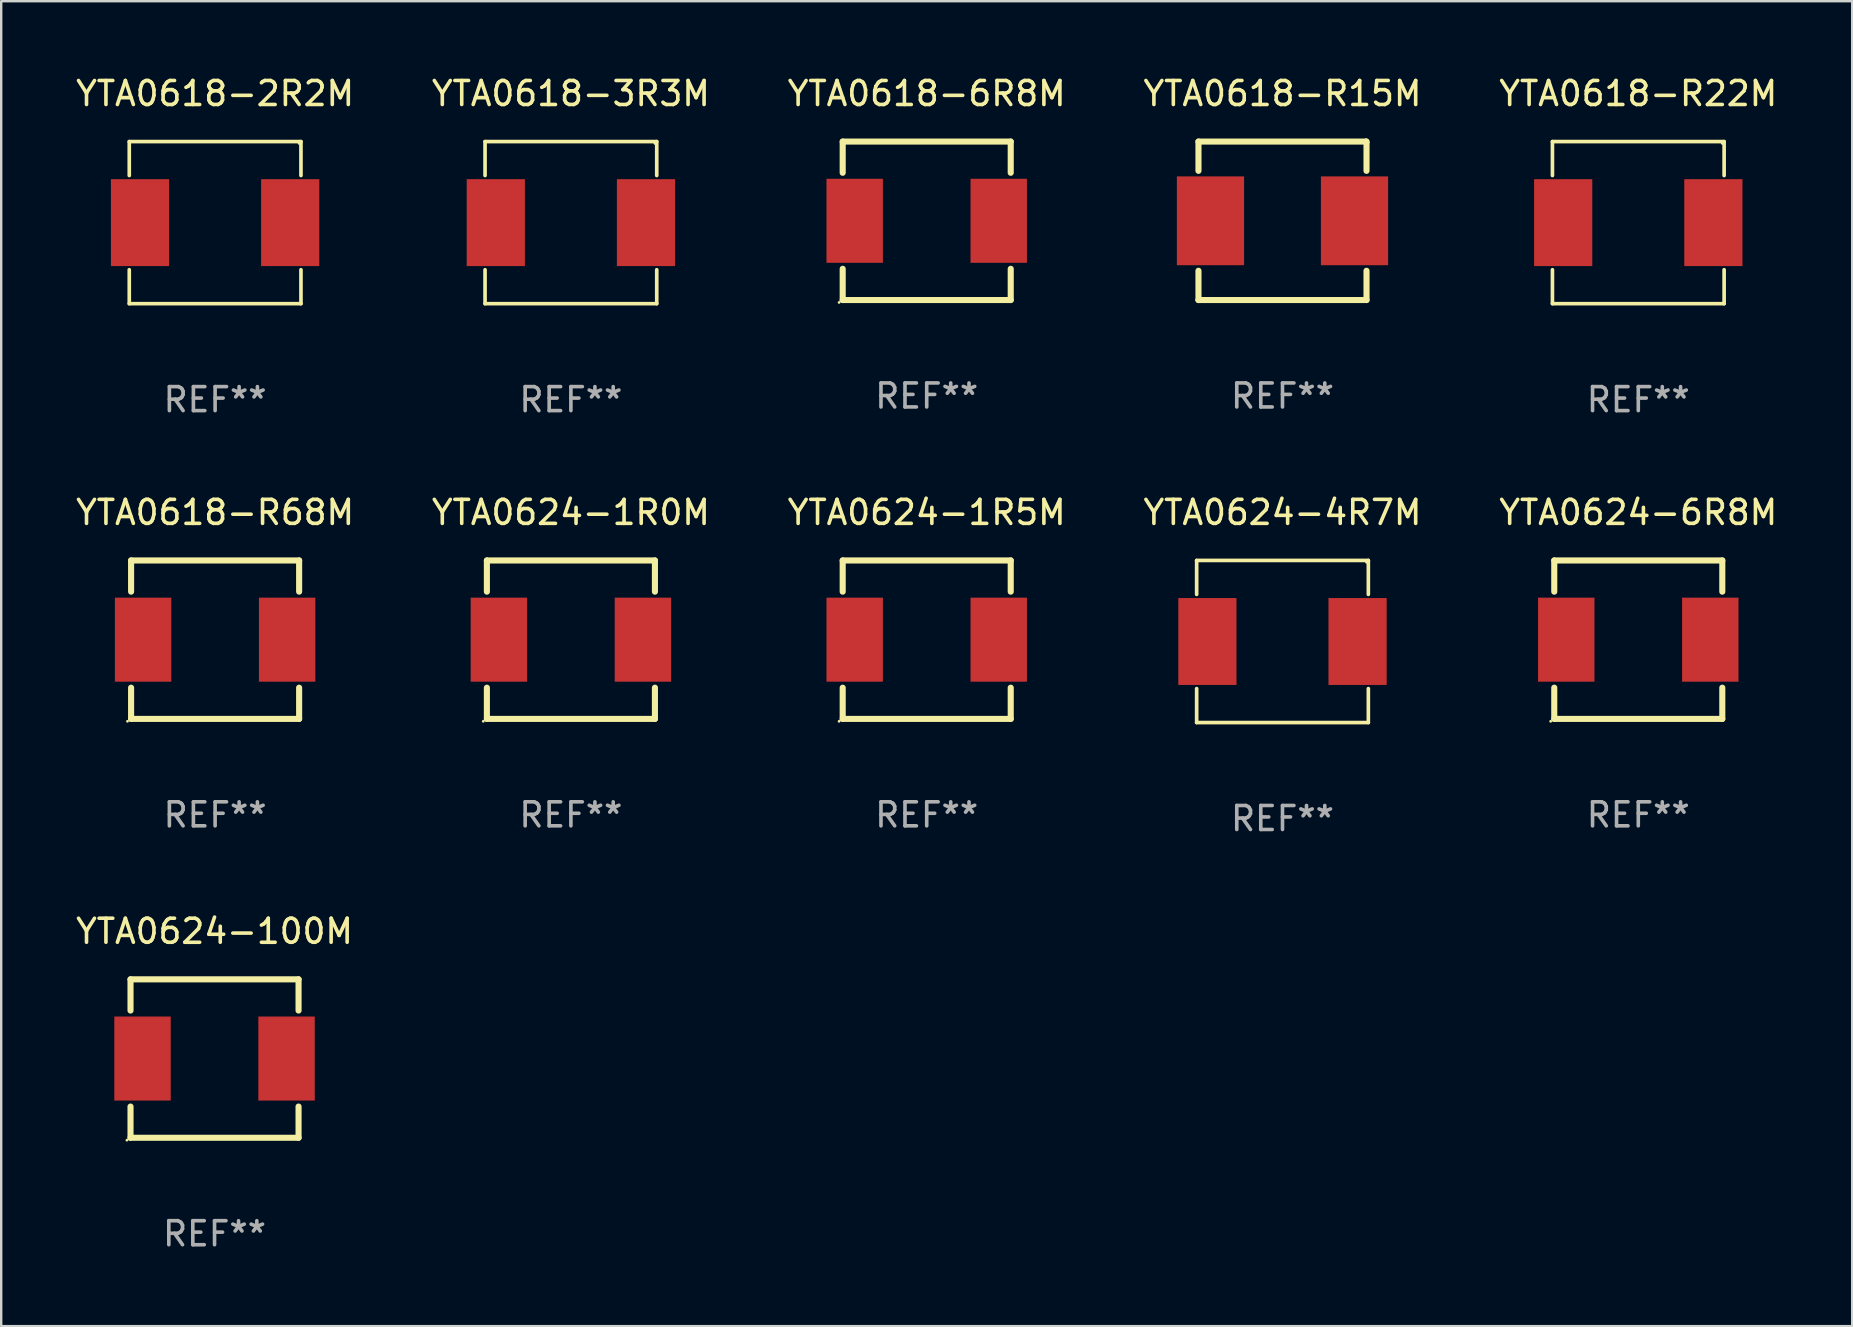
<source format=kicad_pcb>
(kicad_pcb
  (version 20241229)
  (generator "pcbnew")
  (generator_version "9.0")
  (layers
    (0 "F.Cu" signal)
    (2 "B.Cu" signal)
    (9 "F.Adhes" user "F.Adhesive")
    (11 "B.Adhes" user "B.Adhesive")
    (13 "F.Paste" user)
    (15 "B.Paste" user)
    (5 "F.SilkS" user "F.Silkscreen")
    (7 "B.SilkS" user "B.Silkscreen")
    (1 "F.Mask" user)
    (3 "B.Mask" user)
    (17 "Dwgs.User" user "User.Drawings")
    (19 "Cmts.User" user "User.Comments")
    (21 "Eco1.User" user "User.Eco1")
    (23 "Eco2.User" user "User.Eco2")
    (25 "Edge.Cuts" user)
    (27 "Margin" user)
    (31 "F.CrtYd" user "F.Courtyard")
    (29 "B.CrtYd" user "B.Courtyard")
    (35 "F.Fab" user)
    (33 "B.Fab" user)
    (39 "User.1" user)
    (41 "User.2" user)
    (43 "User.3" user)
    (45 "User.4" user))
  (footprint "YTA0624-6R8M"
    (layer "F.Cu")
    (at 65.196 23.597)
    (property "Reference" "YTA0624-6R8M" (at 0 -5.3 0) (layer "F.SilkS") (effects (font (size 1 1) (thickness 0.15))))
    (attr through_hole)
    (fp_line (start -3.5 3.3) (end 3.5 3.3) (stroke (width 0.254) (type solid)) (layer "F.SilkS"))
    (fp_line (start -3.5 -3.3) (end -3.5 -2) (stroke (width 0.254) (type solid)) (layer "F.SilkS"))
    (fp_line (start -3.5 -3.3) (end 3.5 -3.3) (stroke (width 0.254) (type solid)) (layer "F.SilkS"))
    (fp_line (start -3.5 2) (end -3.5 3.3) (stroke (width 0.254) (type solid)) (layer "F.SilkS"))
    (fp_line (start 3.5 -3.3) (end 3.5 -2) (stroke (width 0.254) (type solid)) (layer "F.SilkS"))
    (fp_line (start 3.5 2) (end 3.5 3.3) (stroke (width 0.254) (type solid)) (layer "F.SilkS"))
    (fp_circle (center -3.65 3.4) (end -3.62 3.4) (stroke (width 0.06) (type solid)) (fill no) (layer "F.SilkS"))
    (fp_text user "REF**" (at 0 7.3 0) (layer "F.Fab") (effects (font (size 1 1) (thickness 0.15))))
    (pad "1" smd rect (at -3 0) (size 2.35 3.5) (layers "F.Cu" "F.Mask" "F.Paste"))
    (pad "2" smd rect (at 3 0) (size 2.35 3.5) (layers "F.Cu" "F.Mask" "F.Paste")))
  (footprint "YTA0618-3R3M"
    (layer "F.Cu")
    (at 20.732 6.224)
    (property "Reference" "YTA0618-3R3M" (at 0 -5.376 0) (layer "F.SilkS") (effects (font (size 1 1) (thickness 0.15))))
    (attr through_hole)
    (fp_line (start -3.576 -3.376) (end 3.576 -3.376) (stroke (width 0.152) (type solid)) (layer "F.SilkS"))
    (fp_line (start -3.576 -1.962) (end -3.576 -3.376) (stroke (width 0.152) (type solid)) (layer "F.SilkS"))
    (fp_line (start -3.576 1.962) (end -3.576 3.376) (stroke (width 0.152) (type solid)) (layer "F.SilkS"))
    (fp_line (start -3.576 3.376) (end 3.576 3.376) (stroke (width 0.152) (type solid)) (layer "F.SilkS"))
    (fp_line (start 3.576 -3.376) (end 3.576 -1.962) (stroke (width 0.152) (type solid)) (layer "F.SilkS"))
    (fp_line (start 3.576 3.376) (end 3.576 1.962) (stroke (width 0.152) (type solid)) (layer "F.SilkS"))
    (fp_circle (center 3.5 -3.3) (end 3.53 -3.3) (stroke (width 0.06) (type solid)) (fill no) (layer "F.SilkS"))
    (fp_text user "REF**" (at 0 7.376 0) (layer "F.Fab") (effects (font (size 1 1) (thickness 0.15))))
    (pad "1" smd rect (at 3.128 0) (size 2.424 3.62) (layers "F.Cu" "F.Mask" "F.Paste"))
    (pad "2" smd rect (at -3.128 0) (size 2.424 3.62) (layers "F.Cu" "F.Mask" "F.Paste")))
  (footprint "YTA0624-4R7M"
    (layer "F.Cu")
    (at 50.375 23.673)
    (property "Reference" "YTA0624-4R7M" (at 0 -5.376 0) (layer "F.SilkS") (effects (font (size 1 1) (thickness 0.15))))
    (attr through_hole)
    (fp_line (start -3.576 -3.376) (end 3.576 -3.376) (stroke (width 0.152) (type solid)) (layer "F.SilkS"))
    (fp_line (start -3.576 -1.962) (end -3.576 -3.376) (stroke (width 0.152) (type solid)) (layer "F.SilkS"))
    (fp_line (start -3.576 1.962) (end -3.576 3.376) (stroke (width 0.152) (type solid)) (layer "F.SilkS"))
    (fp_line (start -3.576 3.376) (end 3.576 3.376) (stroke (width 0.152) (type solid)) (layer "F.SilkS"))
    (fp_line (start 3.576 -3.376) (end 3.576 -1.962) (stroke (width 0.152) (type solid)) (layer "F.SilkS"))
    (fp_line (start 3.576 3.376) (end 3.576 1.962) (stroke (width 0.152) (type solid)) (layer "F.SilkS"))
    (fp_circle (center 3.5 -3.3) (end 3.53 -3.3) (stroke (width 0.06) (type solid)) (fill no) (layer "F.SilkS"))
    (fp_text user "REF**" (at 0 7.376 0) (layer "F.Fab") (effects (font (size 1 1) (thickness 0.15))))
    (pad "1" smd rect (at 3.128 0) (size 2.424 3.62) (layers "F.Cu" "F.Mask" "F.Paste"))
    (pad "2" smd rect (at -3.128 0) (size 2.424 3.62) (layers "F.Cu" "F.Mask" "F.Paste")))
  (footprint "YTA0618-2R2M"
    (layer "F.Cu")
    (at 5.911 6.224)
    (property "Reference" "YTA0618-2R2M" (at 0 -5.376 0) (layer "F.SilkS") (effects (font (size 1 1) (thickness 0.15))))
    (attr through_hole)
    (fp_line (start -3.576 -3.376) (end 3.576 -3.376) (stroke (width 0.152) (type solid)) (layer "F.SilkS"))
    (fp_line (start -3.576 -1.962) (end -3.576 -3.376) (stroke (width 0.152) (type solid)) (layer "F.SilkS"))
    (fp_line (start -3.576 1.962) (end -3.576 3.376) (stroke (width 0.152) (type solid)) (layer "F.SilkS"))
    (fp_line (start -3.576 3.376) (end 3.576 3.376) (stroke (width 0.152) (type solid)) (layer "F.SilkS"))
    (fp_line (start 3.576 -3.376) (end 3.576 -1.962) (stroke (width 0.152) (type solid)) (layer "F.SilkS"))
    (fp_line (start 3.576 3.376) (end 3.576 1.962) (stroke (width 0.152) (type solid)) (layer "F.SilkS"))
    (fp_circle (center 3.5 -3.3) (end 3.53 -3.3) (stroke (width 0.06) (type solid)) (fill no) (layer "F.SilkS"))
    (fp_text user "REF**" (at 0 7.376 0) (layer "F.Fab") (effects (font (size 1 1) (thickness 0.15))))
    (pad "1" smd rect (at 3.128 0) (size 2.424 3.62) (layers "F.Cu" "F.Mask" "F.Paste"))
    (pad "2" smd rect (at -3.128 0) (size 2.424 3.62) (layers "F.Cu" "F.Mask" "F.Paste")))
  (footprint "YTA0618-6R8M"
    (layer "F.Cu")
    (at 35.554 6.148)
    (property "Reference" "YTA0618-6R8M" (at 0 -5.3 0) (layer "F.SilkS") (effects (font (size 1 1) (thickness 0.15))))
    (attr through_hole)
    (fp_line (start -3.5 3.3) (end 3.5 3.3) (stroke (width 0.254) (type solid)) (layer "F.SilkS"))
    (fp_line (start -3.5 -3.3) (end -3.5 -2) (stroke (width 0.254) (type solid)) (layer "F.SilkS"))
    (fp_line (start -3.5 -3.3) (end 3.5 -3.3) (stroke (width 0.254) (type solid)) (layer "F.SilkS"))
    (fp_line (start -3.5 2) (end -3.5 3.3) (stroke (width 0.254) (type solid)) (layer "F.SilkS"))
    (fp_line (start 3.5 -3.3) (end 3.5 -2) (stroke (width 0.254) (type solid)) (layer "F.SilkS"))
    (fp_line (start 3.5 2) (end 3.5 3.3) (stroke (width 0.254) (type solid)) (layer "F.SilkS"))
    (fp_circle (center -3.65 3.4) (end -3.62 3.4) (stroke (width 0.06) (type solid)) (fill no) (layer "F.SilkS"))
    (fp_text user "REF**" (at 0 7.3 0) (layer "F.Fab") (effects (font (size 1 1) (thickness 0.15))))
    (pad "1" smd rect (at -3 0) (size 2.35 3.5) (layers "F.Cu" "F.Mask" "F.Paste"))
    (pad "2" smd rect (at 3 0) (size 2.35 3.5) (layers "F.Cu" "F.Mask" "F.Paste")))
  (footprint "YTA0618-R22M"
    (layer "F.Cu")
    (at 65.196 6.224)
    (property "Reference" "YTA0618-R22M" (at 0 -5.376 0) (layer "F.SilkS") (effects (font (size 1 1) (thickness 0.15))))
    (attr through_hole)
    (fp_line (start -3.576 -3.376) (end 3.576 -3.376) (stroke (width 0.152) (type solid)) (layer "F.SilkS"))
    (fp_line (start -3.576 -1.962) (end -3.576 -3.376) (stroke (width 0.152) (type solid)) (layer "F.SilkS"))
    (fp_line (start -3.576 1.962) (end -3.576 3.376) (stroke (width 0.152) (type solid)) (layer "F.SilkS"))
    (fp_line (start -3.576 3.376) (end 3.576 3.376) (stroke (width 0.152) (type solid)) (layer "F.SilkS"))
    (fp_line (start 3.576 -3.376) (end 3.576 -1.962) (stroke (width 0.152) (type solid)) (layer "F.SilkS"))
    (fp_line (start 3.576 3.376) (end 3.576 1.962) (stroke (width 0.152) (type solid)) (layer "F.SilkS"))
    (fp_circle (center 3.5 -3.3) (end 3.53 -3.3) (stroke (width 0.06) (type solid)) (fill no) (layer "F.SilkS"))
    (fp_text user "REF**" (at 0 7.376 0) (layer "F.Fab") (effects (font (size 1 1) (thickness 0.15))))
    (pad "1" smd rect (at 3.128 0) (size 2.424 3.62) (layers "F.Cu" "F.Mask" "F.Paste"))
    (pad "2" smd rect (at -3.128 0) (size 2.424 3.62) (layers "F.Cu" "F.Mask" "F.Paste")))
  (footprint "YTA0624-100M"
    (layer "F.Cu")
    (at 5.887 41.046)
    (property "Reference" "YTA0624-100M" (at 0 -5.3 0) (layer "F.SilkS") (effects (font (size 1 1) (thickness 0.15))))
    (attr through_hole)
    (fp_line (start -3.5 3.3) (end 3.5 3.3) (stroke (width 0.254) (type solid)) (layer "F.SilkS"))
    (fp_line (start -3.5 -3.3) (end -3.5 -2) (stroke (width 0.254) (type solid)) (layer "F.SilkS"))
    (fp_line (start -3.5 -3.3) (end 3.5 -3.3) (stroke (width 0.254) (type solid)) (layer "F.SilkS"))
    (fp_line (start -3.5 2) (end -3.5 3.3) (stroke (width 0.254) (type solid)) (layer "F.SilkS"))
    (fp_line (start 3.5 -3.3) (end 3.5 -2) (stroke (width 0.254) (type solid)) (layer "F.SilkS"))
    (fp_line (start 3.5 2) (end 3.5 3.3) (stroke (width 0.254) (type solid)) (layer "F.SilkS"))
    (fp_circle (center -3.65 3.4) (end -3.62 3.4) (stroke (width 0.06) (type solid)) (fill no) (layer "F.SilkS"))
    (fp_text user "REF**" (at 0 7.3 0) (layer "F.Fab") (effects (font (size 1 1) (thickness 0.15))))
    (pad "1" smd rect (at -3 0) (size 2.35 3.5) (layers "F.Cu" "F.Mask" "F.Paste"))
    (pad "2" smd rect (at 3 0) (size 2.35 3.5) (layers "F.Cu" "F.Mask" "F.Paste")))
  (footprint "YTA0618-R15M"
    (layer "F.Cu")
    (at 50.375 6.148)
    (property "Reference" "YTA0618-R15M" (at 0 -5.3 0) (layer "F.SilkS") (effects (font (size 1 1) (thickness 0.15))))
    (attr through_hole)
    (fp_line (start -3.5 -3.3) (end 3.48 -3.3) (stroke (width 0.254) (type solid)) (layer "F.SilkS"))
    (fp_line (start -3.5 -2.081) (end -3.5 -3.3) (stroke (width 0.254) (type solid)) (layer "F.SilkS"))
    (fp_line (start -3.5 3.3) (end -3.5 2.081) (stroke (width 0.254) (type solid)) (layer "F.SilkS"))
    (fp_line (start -3.49 3.3) (end -3.5 3.3) (stroke (width 0.254) (type solid)) (layer "F.SilkS"))
    (fp_line (start 3.48 -3.3) (end 3.5 -3.28) (stroke (width 0.254) (type solid)) (layer "F.SilkS"))
    (fp_line (start 3.5 -3.3) (end 3.5 -2.081) (stroke (width 0.254) (type solid)) (layer "F.SilkS"))
    (fp_line (start 3.5 2.081) (end 3.5 3.3) (stroke (width 0.254) (type solid)) (layer "F.SilkS"))
    (fp_line (start 3.5 3.3) (end -3.49 3.3) (stroke (width 0.254) (type solid)) (layer "F.SilkS"))
    (fp_circle (center -3.5 3.3) (end -3.47 3.3) (stroke (width 0.06) (type solid)) (fill no) (layer "F.SilkS"))
    (fp_text user "REF**" (at 0 7.3 0) (layer "F.Fab") (effects (font (size 1 1) (thickness 0.15))))
    (pad "1" smd rect (at -3 0) (size 2.8 3.7) (layers "F.Cu" "F.Mask" "F.Paste"))
    (pad "2" smd rect (at 3 0) (size 2.8 3.7) (layers "F.Cu" "F.Mask" "F.Paste")))
  (footprint "YTA0624-1R0M"
    (layer "F.Cu")
    (at 20.732 23.597)
    (property "Reference" "YTA0624-1R0M" (at 0 -5.3 0) (layer "F.SilkS") (effects (font (size 1 1) (thickness 0.15))))
    (attr through_hole)
    (fp_line (start -3.5 3.3) (end 3.5 3.3) (stroke (width 0.254) (type solid)) (layer "F.SilkS"))
    (fp_line (start -3.5 -3.3) (end -3.5 -2) (stroke (width 0.254) (type solid)) (layer "F.SilkS"))
    (fp_line (start -3.5 -3.3) (end 3.5 -3.3) (stroke (width 0.254) (type solid)) (layer "F.SilkS"))
    (fp_line (start -3.5 2) (end -3.5 3.3) (stroke (width 0.254) (type solid)) (layer "F.SilkS"))
    (fp_line (start 3.5 -3.3) (end 3.5 -2) (stroke (width 0.254) (type solid)) (layer "F.SilkS"))
    (fp_line (start 3.5 2) (end 3.5 3.3) (stroke (width 0.254) (type solid)) (layer "F.SilkS"))
    (fp_circle (center -3.65 3.4) (end -3.62 3.4) (stroke (width 0.06) (type solid)) (fill no) (layer "F.SilkS"))
    (fp_text user "REF**" (at 0 7.3 0) (layer "F.Fab") (effects (font (size 1 1) (thickness 0.15))))
    (pad "1" smd rect (at -3 0) (size 2.35 3.5) (layers "F.Cu" "F.Mask" "F.Paste"))
    (pad "2" smd rect (at 3 0) (size 2.35 3.5) (layers "F.Cu" "F.Mask" "F.Paste")))
  (footprint "YTA0624-1R5M"
    (layer "F.Cu")
    (at 35.554 23.597)
    (property "Reference" "YTA0624-1R5M" (at 0 -5.3 0) (layer "F.SilkS") (effects (font (size 1 1) (thickness 0.15))))
    (attr through_hole)
    (fp_line (start -3.5 3.3) (end 3.5 3.3) (stroke (width 0.254) (type solid)) (layer "F.SilkS"))
    (fp_line (start -3.5 -3.3) (end -3.5 -2) (stroke (width 0.254) (type solid)) (layer "F.SilkS"))
    (fp_line (start -3.5 -3.3) (end 3.5 -3.3) (stroke (width 0.254) (type solid)) (layer "F.SilkS"))
    (fp_line (start -3.5 2) (end -3.5 3.3) (stroke (width 0.254) (type solid)) (layer "F.SilkS"))
    (fp_line (start 3.5 -3.3) (end 3.5 -2) (stroke (width 0.254) (type solid)) (layer "F.SilkS"))
    (fp_line (start 3.5 2) (end 3.5 3.3) (stroke (width 0.254) (type solid)) (layer "F.SilkS"))
    (fp_circle (center -3.65 3.4) (end -3.62 3.4) (stroke (width 0.06) (type solid)) (fill no) (layer "F.SilkS"))
    (fp_text user "REF**" (at 0 7.3 0) (layer "F.Fab") (effects (font (size 1 1) (thickness 0.15))))
    (pad "1" smd rect (at -3 0) (size 2.35 3.5) (layers "F.Cu" "F.Mask" "F.Paste"))
    (pad "2" smd rect (at 3 0) (size 2.35 3.5) (layers "F.Cu" "F.Mask" "F.Paste")))
  (footprint "YTA0618-R68M"
    (layer "F.Cu")
    (at 5.911 23.597)
    (property "Reference" "YTA0618-R68M" (at 0 -5.3 0) (layer "F.SilkS") (effects (font (size 1 1) (thickness 0.15))))
    (attr through_hole)
    (fp_line (start -3.5 3.3) (end 3.5 3.3) (stroke (width 0.254) (type solid)) (layer "F.SilkS"))
    (fp_line (start -3.5 -3.3) (end -3.5 -2) (stroke (width 0.254) (type solid)) (layer "F.SilkS"))
    (fp_line (start -3.5 -3.3) (end 3.5 -3.3) (stroke (width 0.254) (type solid)) (layer "F.SilkS"))
    (fp_line (start -3.5 2) (end -3.5 3.3) (stroke (width 0.254) (type solid)) (layer "F.SilkS"))
    (fp_line (start 3.5 -3.3) (end 3.5 -2) (stroke (width 0.254) (type solid)) (layer "F.SilkS"))
    (fp_line (start 3.5 2) (end 3.5 3.3) (stroke (width 0.254) (type solid)) (layer "F.SilkS"))
    (fp_circle (center -3.65 3.4) (end -3.62 3.4) (stroke (width 0.06) (type solid)) (fill no) (layer "F.SilkS"))
    (fp_text user "REF**" (at 0 7.3 0) (layer "F.Fab") (effects (font (size 1 1) (thickness 0.15))))
    (pad "1" smd rect (at -3 0) (size 2.35 3.5) (layers "F.Cu" "F.Mask" "F.Paste"))
    (pad "2" smd rect (at 3 0) (size 2.35 3.5) (layers "F.Cu" "F.Mask" "F.Paste")))
  (gr_rect
    (start -3 -3)
    (end 74.107 52.194)
    (stroke (width 0.1) (type default))
    (fill no)
    (layer "Edge.Cuts")))
</source>
